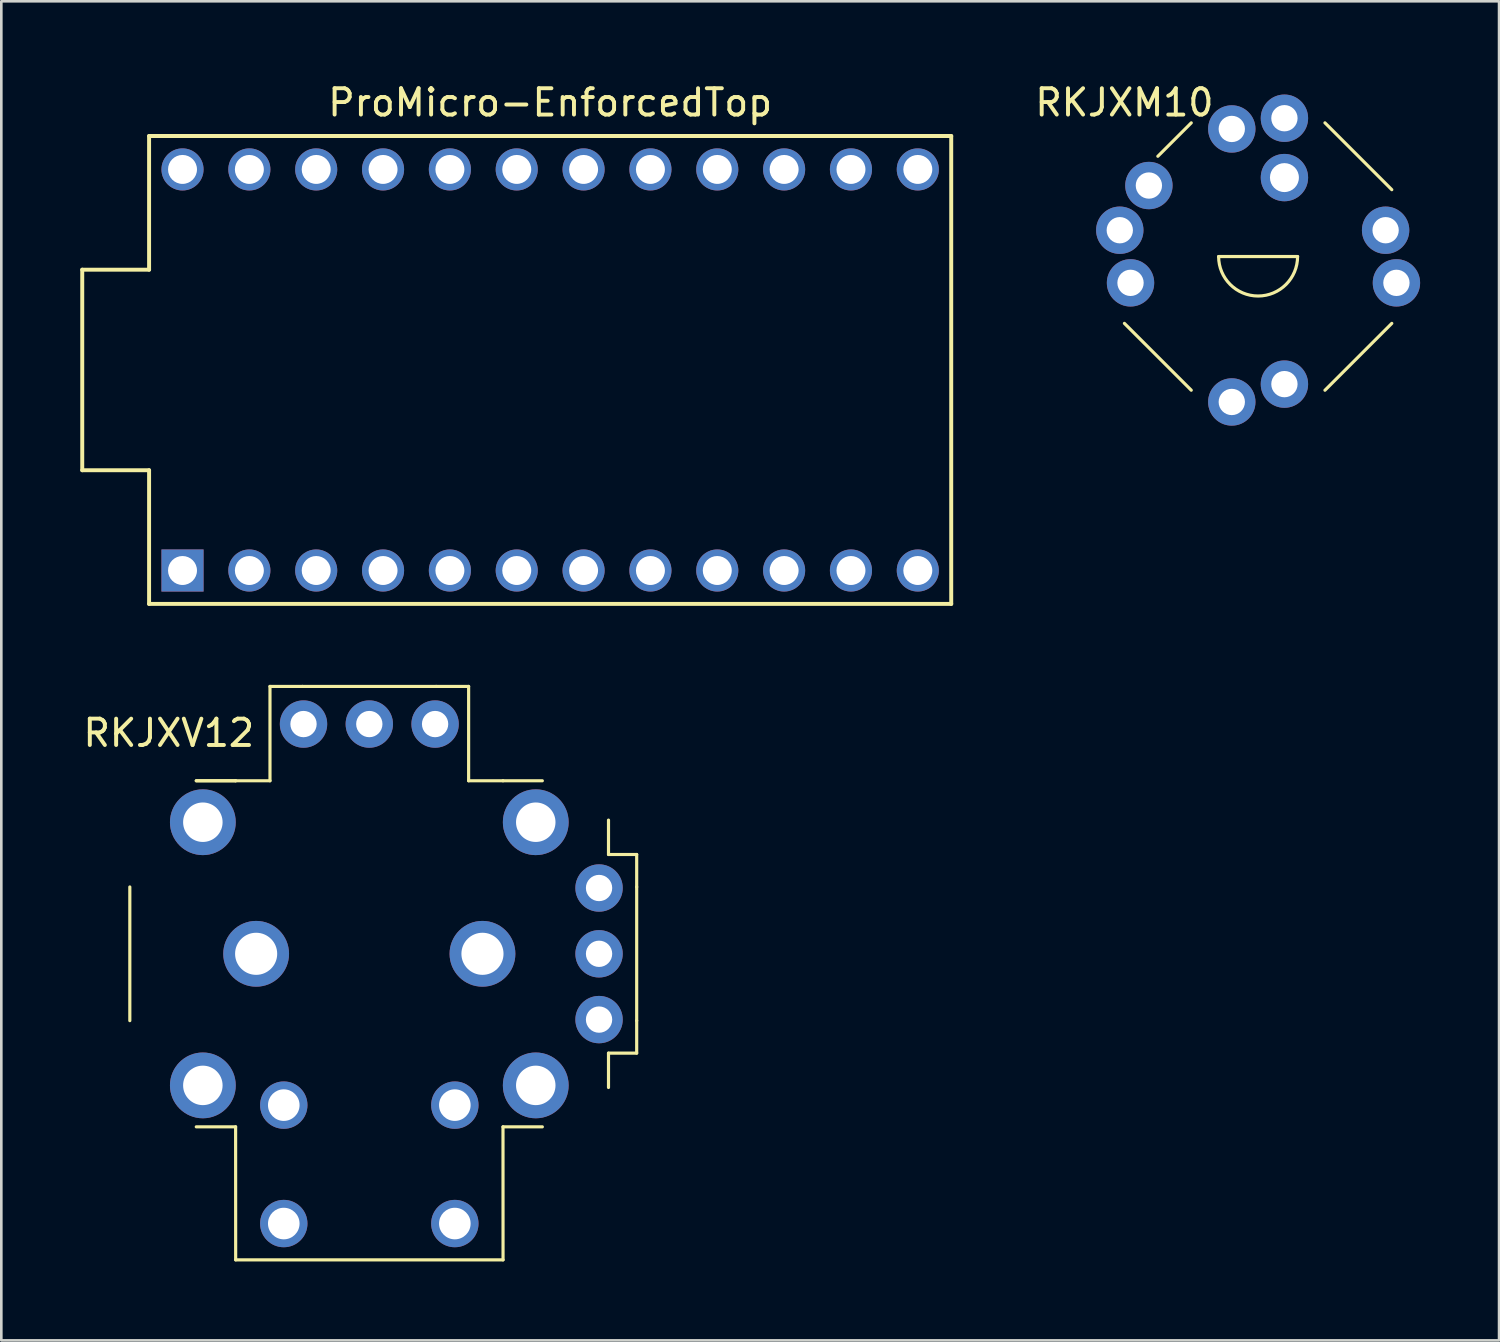
<source format=kicad_pcb>
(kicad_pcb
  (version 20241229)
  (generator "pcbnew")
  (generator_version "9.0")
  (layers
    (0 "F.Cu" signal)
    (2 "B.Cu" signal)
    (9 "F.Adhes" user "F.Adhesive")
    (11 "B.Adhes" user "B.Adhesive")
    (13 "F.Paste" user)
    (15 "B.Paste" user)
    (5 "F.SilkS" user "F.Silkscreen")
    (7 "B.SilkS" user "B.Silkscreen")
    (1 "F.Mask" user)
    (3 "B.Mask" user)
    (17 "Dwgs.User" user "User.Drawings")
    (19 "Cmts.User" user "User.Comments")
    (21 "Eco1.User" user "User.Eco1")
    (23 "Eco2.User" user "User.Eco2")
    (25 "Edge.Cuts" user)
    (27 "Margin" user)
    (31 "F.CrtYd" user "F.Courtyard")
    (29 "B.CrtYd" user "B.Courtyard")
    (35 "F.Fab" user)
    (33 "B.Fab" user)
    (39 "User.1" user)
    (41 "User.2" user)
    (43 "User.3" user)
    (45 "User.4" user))
  (footprint "ProMicro-EnforcedTop"
    (layer "F.Cu")
    (at 17.855 11.008)
    (property "Reference" "ProMicro-EnforcedTop" (at 0 -10.16 0) (layer "F.SilkS") (effects (font (size 1 1) (thickness 0.15))))
    (attr through_hole)
    (fp_line (start -17.78 -3.81) (end -15.24 -3.81) (stroke (width 0.15) (type solid)) (layer "F.SilkS"))
    (fp_line (start -17.78 3.81) (end -17.78 -3.81) (stroke (width 0.15) (type solid)) (layer "F.SilkS"))
    (fp_line (start -15.24 -8.89) (end 15.24 -8.89) (stroke (width 0.15) (type solid)) (layer "F.SilkS"))
    (fp_line (start -15.24 -3.81) (end -15.24 -8.89) (stroke (width 0.15) (type solid)) (layer "F.SilkS"))
    (fp_line (start -15.24 3.81) (end -17.78 3.81) (stroke (width 0.15) (type solid)) (layer "F.SilkS"))
    (fp_line (start -15.24 8.89) (end -15.24 3.81) (stroke (width 0.15) (type solid)) (layer "F.SilkS"))
    (fp_line (start -15.24 8.89) (end 15.24 8.89) (stroke (width 0.15) (type solid)) (layer "F.SilkS"))
    (fp_line (start 15.24 -8.89) (end 15.24 8.89) (stroke (width 0.15) (type solid)) (layer "F.SilkS"))
    (pad "1" thru_hole rect (at -13.97 7.62) (size 1.6 1.6) (drill 1.1) (layers "*.Cu" "B.Mask"))
    (pad "2" thru_hole circle (at -11.43 7.62) (size 1.6 1.6) (drill 1.1) (layers "*.Cu" "B.Mask"))
    (pad "3" thru_hole circle (at -8.89 7.62) (size 1.6 1.6) (drill 1.1) (layers "*.Cu" "B.Mask"))
    (pad "4" thru_hole circle (at -6.35 7.62) (size 1.6 1.6) (drill 1.1) (layers "*.Cu" "B.Mask"))
    (pad "5" thru_hole circle (at -3.81 7.62) (size 1.6 1.6) (drill 1.1) (layers "*.Cu" "B.Mask"))
    (pad "6" thru_hole circle (at -1.27 7.62) (size 1.6 1.6) (drill 1.1) (layers "*.Cu" "B.Mask"))
    (pad "7" thru_hole circle (at 1.27 7.62) (size 1.6 1.6) (drill 1.1) (layers "*.Cu" "B.Mask"))
    (pad "8" thru_hole circle (at 3.81 7.62) (size 1.6 1.6) (drill 1.1) (layers "*.Cu" "B.Mask"))
    (pad "9" thru_hole circle (at 6.35 7.62) (size 1.6 1.6) (drill 1.1) (layers "*.Cu" "B.Mask"))
    (pad "10" thru_hole circle (at 8.89 7.62) (size 1.6 1.6) (drill 1.1) (layers "*.Cu" "B.Mask"))
    (pad "11" thru_hole circle (at 11.43 7.62) (size 1.6 1.6) (drill 1.1) (layers "*.Cu" "B.Mask"))
    (pad "12" thru_hole circle (at 13.97 7.62) (size 1.6 1.6) (drill 1.1) (layers "*.Cu" "B.Mask"))
    (pad "13" thru_hole circle (at 13.97 -7.62) (size 1.6 1.6) (drill 1.1) (layers "*.Cu" "B.Mask"))
    (pad "14" thru_hole circle (at 11.43 -7.62) (size 1.6 1.6) (drill 1.1) (layers "*.Cu" "B.Mask"))
    (pad "15" thru_hole circle (at 8.89 -7.62) (size 1.6 1.6) (drill 1.1) (layers "*.Cu" "B.Mask"))
    (pad "16" thru_hole circle (at 6.35 -7.62) (size 1.6 1.6) (drill 1.1) (layers "*.Cu" "B.Mask"))
    (pad "17" thru_hole circle (at 3.81 -7.62) (size 1.6 1.6) (drill 1.1) (layers "*.Cu" "B.Mask"))
    (pad "18" thru_hole circle (at 1.27 -7.62) (size 1.6 1.6) (drill 1.1) (layers "*.Cu" "B.Mask"))
    (pad "19" thru_hole circle (at -1.27 -7.62) (size 1.6 1.6) (drill 1.1) (layers "*.Cu" "B.Mask"))
    (pad "20" thru_hole circle (at -3.81 -7.62) (size 1.6 1.6) (drill 1.1) (layers "*.Cu" "B.Mask"))
    (pad "21" thru_hole circle (at -6.35 -7.62) (size 1.6 1.6) (drill 1.1) (layers "*.Cu" "B.Mask"))
    (pad "22" thru_hole circle (at -8.89 -7.62) (size 1.6 1.6) (drill 1.1) (layers "*.Cu" "B.Mask"))
    (pad "23" thru_hole circle (at -11.43 -7.62) (size 1.6 1.6) (drill 1.1) (layers "*.Cu" "B.Mask"))
    (pad "24" thru_hole circle (at -13.97 -7.62) (size 1.6 1.6) (drill 1.1) (layers "*.Cu" "B.Mask")))
  (footprint "RKJXV12"
    (layer "F.Cu")
    (at 10.983 33.193)
    (property "Reference" "RKJXV12" (at -7.62 -8.39 0) (layer "F.SilkS") (effects (font (size 1 1) (thickness 0.15))))
    (attr through_hole)
    (fp_line (start -9.1 2.54) (end -9.1 -2.54) (stroke (width 0.12) (type solid)) (layer "F.SilkS"))
    (fp_line (start -5.08 -6.575) (end -6.575 -6.575) (stroke (width 0.12) (type solid)) (layer "F.SilkS"))
    (fp_line (start -5.08 -6.575) (end -6.575 -6.575) (stroke (width 0.12) (type solid)) (layer "F.SilkS"))
    (fp_line (start -5.08 6.575) (end -6.575 6.575) (stroke (width 0.12) (type solid)) (layer "F.SilkS"))
    (fp_line (start -5.078 11.63) (end -5.08 6.575) (stroke (width 0.12) (type solid)) (layer "F.SilkS"))
    (fp_line (start -3.774 -10.16) (end -3.774 -6.575) (stroke (width 0.12) (type solid)) (layer "F.SilkS"))
    (fp_line (start -3.774 -6.575) (end -5.08 -6.575) (stroke (width 0.12) (type solid)) (layer "F.SilkS"))
    (fp_line (start -2.54 -10.16) (end -3.774 -10.16) (stroke (width 0.12) (type solid)) (layer "F.SilkS"))
    (fp_line (start -2.54 -10.16) (end 2.54 -10.16) (stroke (width 0.12) (type solid)) (layer "F.SilkS"))
    (fp_line (start 2.54 -10.16) (end 3.774 -10.16) (stroke (width 0.12) (type solid)) (layer "F.SilkS"))
    (fp_line (start 3.774 -10.16) (end 3.774 -6.575) (stroke (width 0.12) (type solid)) (layer "F.SilkS"))
    (fp_line (start 5.08 -6.575) (end 3.774 -6.575) (stroke (width 0.12) (type solid)) (layer "F.SilkS"))
    (fp_line (start 5.08 -6.575) (end 6.575 -6.575) (stroke (width 0.12) (type solid)) (layer "F.SilkS"))
    (fp_line (start 5.08 6.575) (end 5.082 11.63) (stroke (width 0.12) (type solid)) (layer "F.SilkS"))
    (fp_line (start 5.08 6.575) (end 6.575 6.575) (stroke (width 0.12) (type solid)) (layer "F.SilkS"))
    (fp_line (start 5.082 11.63) (end -5.078 11.63) (stroke (width 0.12) (type solid)) (layer "F.SilkS"))
    (fp_line (start 9.089 -3.774) (end 9.089 -5.08) (stroke (width 0.12) (type solid)) (layer "F.SilkS"))
    (fp_line (start 9.089 3.774) (end 9.089 5.08) (stroke (width 0.12) (type solid)) (layer "F.SilkS"))
    (fp_line (start 9.089 3.774) (end 10.16 3.774) (stroke (width 0.12) (type solid)) (layer "F.SilkS"))
    (fp_line (start 10.16 -3.774) (end 9.089 -3.774) (stroke (width 0.12) (type solid)) (layer "F.SilkS"))
    (fp_line (start 10.16 -2.54) (end 10.16 -3.774) (stroke (width 0.12) (type solid)) (layer "F.SilkS"))
    (fp_line (start 10.16 -2.54) (end 10.16 2.54) (stroke (width 0.12) (type solid)) (layer "F.SilkS"))
    (fp_line (start 10.16 2.54) (end 10.16 3.774) (stroke (width 0.12) (type solid)) (layer "F.SilkS"))
    (pad "" np_thru_hole circle (at -4.3 0 180) (size 2.5 2.5) (drill 1.6) (layers "*.Cu" "*.Mask"))
    (pad "" np_thru_hole circle (at 4.3 0) (size 2.5 2.5) (drill 1.6) (layers "*.Cu" "*.Mask"))
    (pad "1" thru_hole circle (at 8.73 2.5) (size 1.8 1.8) (drill 1) (layers "*.Cu" "*.Mask"))
    (pad "2" thru_hole circle (at 8.73 0) (size 1.8 1.8) (drill 1) (layers "*.Cu" "*.Mask"))
    (pad "3" thru_hole circle (at 8.73 -2.5) (size 1.8 1.8) (drill 1) (layers "*.Cu" "*.Mask"))
    (pad "4" thru_hole circle (at 2.5 -8.73 90) (size 1.8 1.8) (drill 1) (layers "*.Cu" "*.Mask"))
    (pad "5" thru_hole circle (at 0 -8.73 90) (size 1.8 1.8) (drill 1) (layers "*.Cu" "*.Mask"))
    (pad "6" thru_hole circle (at -2.5 -8.73 90) (size 1.8 1.8) (drill 1) (layers "*.Cu" "*.Mask"))
    (pad "MNT1" thru_hole circle (at -6.325 -5 180) (size 2.5 2.5) (drill 1.5) (layers "*.Cu" "*.Mask"))
    (pad "MNT1" thru_hole circle (at -6.325 5) (size 2.5 2.5) (drill 1.5) (layers "*.Cu" "*.Mask"))
    (pad "MNT1" thru_hole circle (at 6.325 -5 180) (size 2.5 2.5) (drill 1.5) (layers "*.Cu" "*.Mask"))
    (pad "MNT1" thru_hole circle (at 6.325 5) (size 2.5 2.5) (drill 1.5) (layers "*.Cu" "*.Mask"))
    (pad "a" thru_hole circle (at -3.25 5.75) (size 1.8 1.8) (drill 1.2) (layers "*.Cu" "*.Mask"))
    (pad "b" thru_hole circle (at -3.25 10.25) (size 1.8 1.8) (drill 1.2) (layers "*.Cu" "*.Mask"))
    (pad "c" thru_hole circle (at 3.25 5.75) (size 1.8 1.8) (drill 1.2) (layers "*.Cu" "*.Mask"))
    (pad "d" thru_hole circle (at 3.25 10.25) (size 1.8 1.8) (drill 1.2) (layers "*.Cu" "*.Mask")))
  (footprint "RKJXM10"
    (layer "F.Cu")
    (at 44.756 6.698)
    (property "Reference" "RKJXM10" (at -5.08 -5.85 0) (layer "F.SilkS") (effects (font (size 1 1) (thickness 0.15))))
    (attr through_hole)
    (fp_line (start -5.08 2.54) (end -2.54 5.08) (stroke (width 0.12) (type solid)) (layer "F.SilkS"))
    (fp_line (start -2.54 -5.08) (end -3.81 -3.81) (stroke (width 0.12) (type solid)) (layer "F.SilkS"))
    (fp_line (start 1.5 0) (end -1.5 0) (stroke (width 0.12) (type solid)) (layer "F.SilkS"))
    (fp_line (start 2.54 5.08) (end 5.08 2.54) (stroke (width 0.12) (type solid)) (layer "F.SilkS"))
    (fp_line (start 5.08 -2.54) (end 2.54 -5.08) (stroke (width 0.12) (type solid)) (layer "F.SilkS"))
    (fp_arc (start 1.5 0) (mid 0 1.5) (end -1.5 0) (stroke (width 0.12) (type solid)) (layer "F.SilkS"))
    (pad "" np_thru_hole circle (at 1 -3) (size 1.8 1.8) (drill 1.1) (layers "*.Cu" "*.Mask"))
    (pad "A" thru_hole circle (at 1 4.848) (size 1.8 1.8) (drill 1) (layers "*.Cu" "*.Mask"))
    (pad "B" thru_hole circle (at 4.845 -1) (size 1.8 1.8) (drill 1) (layers "*.Cu" "*.Mask"))
    (pad "C" thru_hole circle (at -1 -4.848) (size 1.8 1.8) (drill 1) (layers "*.Cu" "*.Mask"))
    (pad "COM" thru_hole circle (at 1 -5.256) (size 1.8 1.8) (drill 1) (layers "*.Cu" "*.Mask"))
    (pad "D" thru_hole circle (at -4.848 1) (size 1.8 1.8) (drill 1) (layers "*.Cu" "*.Mask"))
    (pad "GND" thru_hole circle (at -4.15 -2.698) (size 1.8 1.8) (drill 1) (layers "*.Cu" "*.Mask"))
    (pad "PUSH1" thru_hole circle (at -5.256 -1) (size 1.8 1.8) (drill 1) (layers "*.Cu" "*.Mask"))
    (pad "PUSH2" thru_hole circle (at -1 5.526) (size 1.8 1.8) (drill 1) (layers "*.Cu" "*.Mask"))
    (pad "PUSH3" thru_hole circle (at 5.256 1) (size 1.8 1.8) (drill 1) (layers "*.Cu" "*.Mask")))
  (gr_rect
    (start -3 -3)
    (end 53.912 47.883)
    (stroke (width 0.1) (type default))
    (fill no)
    (layer "Edge.Cuts")))
</source>
